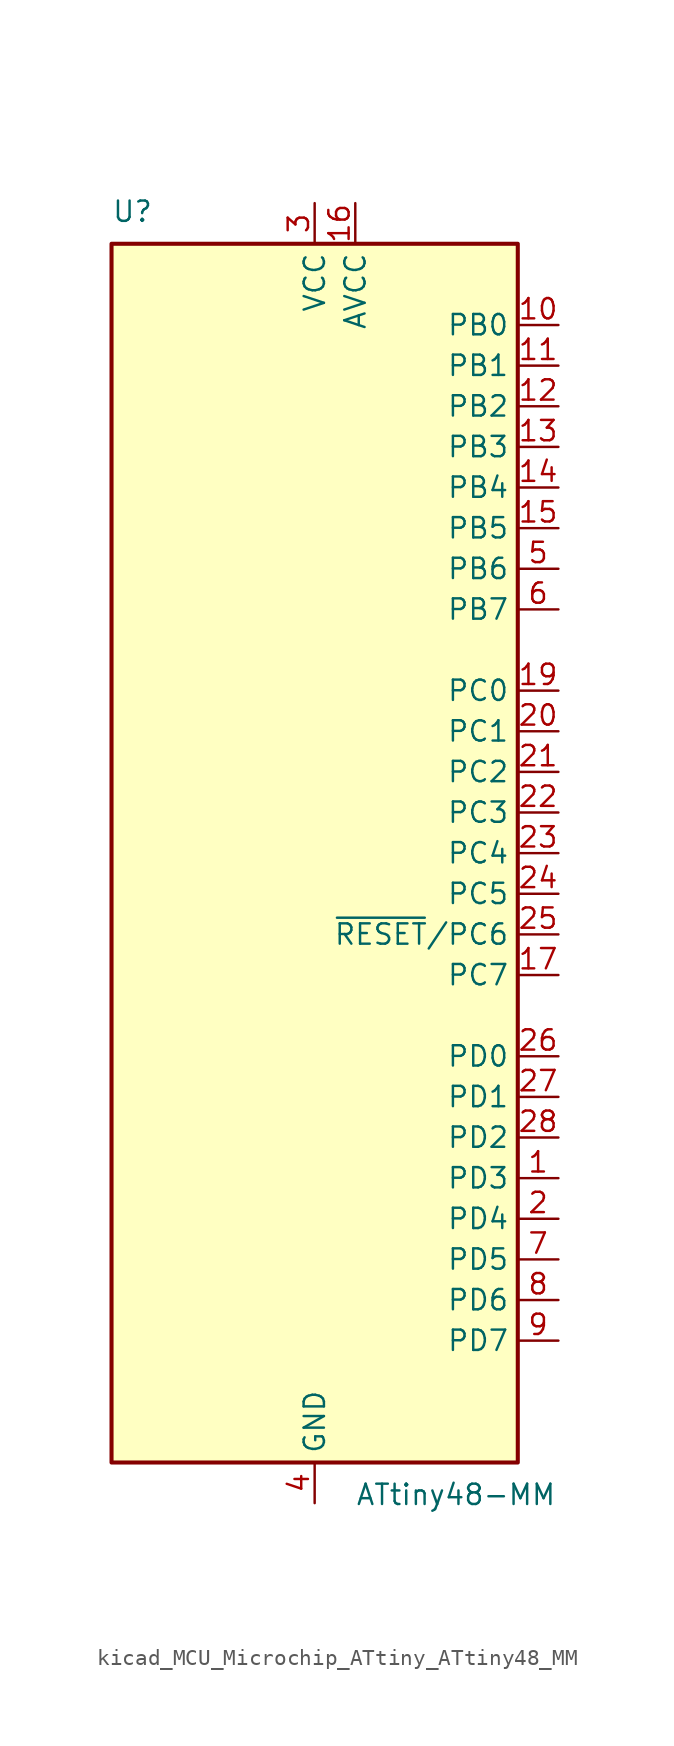
<source format=kicad_sym>
(kicad_symbol_lib
  (version 20220914)
  (generator kicad_symbol_editor)
  (symbol "kicad_MCU_Microchip_ATtiny_ATtiny48_MM"
    (property "Reference" "U"
      (at -12.7 39.37 0)
      (effects (font (size 1.27 1.27)) (justify left bottom)))
    (property "Value" "ATtiny48-MM"
      (at 2.54 -39.37 0)
      (effects (font (size 1.27 1.27)) (justify left top)))
    (symbol "kicad_MCU_Microchip_ATtiny_ATtiny48_MM_0_1"
      (rectangle (start -12.7 -38.1) (end 12.7 38.1) (stroke (width 0.254) (type default)) (fill (type background))))
    (symbol "kicad_MCU_Microchip_ATtiny_ATtiny48_MM_1_1"
      (pin bidirectional line (at 15.24 -20.32 180) (length 2.54) (name "PD3" (effects (font (size 1.27 1.27)))) (number "1" (effects (font (size 1.27 1.27)))))
      (pin bidirectional line (at 15.24 33.02 180) (length 2.54) (name "PB0" (effects (font (size 1.27 1.27)))) (number "10" (effects (font (size 1.27 1.27)))))
      (pin bidirectional line (at 15.24 30.48 180) (length 2.54) (name "PB1" (effects (font (size 1.27 1.27)))) (number "11" (effects (font (size 1.27 1.27)))))
      (pin bidirectional line (at 15.24 27.94 180) (length 2.54) (name "PB2" (effects (font (size 1.27 1.27)))) (number "12" (effects (font (size 1.27 1.27)))))
      (pin bidirectional line (at 15.24 25.4 180) (length 2.54) (name "PB3" (effects (font (size 1.27 1.27)))) (number "13" (effects (font (size 1.27 1.27)))))
      (pin bidirectional line (at 15.24 22.86 180) (length 2.54) (name "PB4" (effects (font (size 1.27 1.27)))) (number "14" (effects (font (size 1.27 1.27)))))
      (pin bidirectional line (at 15.24 20.32 180) (length 2.54) (name "PB5" (effects (font (size 1.27 1.27)))) (number "15" (effects (font (size 1.27 1.27)))))
      (pin power_in line (at 2.54 40.64 270) (length 2.54) (name "AVCC" (effects (font (size 1.27 1.27)))) (number "16" (effects (font (size 1.27 1.27)))))
      (pin bidirectional line (at 15.24 -7.62 180) (length 2.54) (name "PC7" (effects (font (size 1.27 1.27)))) (number "17" (effects (font (size 1.27 1.27)))))
      (pin passive line (at 0 -40.64 90) (length 2.54) hide (name "GND" (effects (font (size 1.27 1.27)))) (number "18" (effects (font (size 1.27 1.27)))))
      (pin bidirectional line (at 15.24 10.16 180) (length 2.54) (name "PC0" (effects (font (size 1.27 1.27)))) (number "19" (effects (font (size 1.27 1.27)))))
      (pin bidirectional line (at 15.24 -22.86 180) (length 2.54) (name "PD4" (effects (font (size 1.27 1.27)))) (number "2" (effects (font (size 1.27 1.27)))))
      (pin bidirectional line (at 15.24 7.62 180) (length 2.54) (name "PC1" (effects (font (size 1.27 1.27)))) (number "20" (effects (font (size 1.27 1.27)))))
      (pin bidirectional line (at 15.24 5.08 180) (length 2.54) (name "PC2" (effects (font (size 1.27 1.27)))) (number "21" (effects (font (size 1.27 1.27)))))
      (pin bidirectional line (at 15.24 2.54 180) (length 2.54) (name "PC3" (effects (font (size 1.27 1.27)))) (number "22" (effects (font (size 1.27 1.27)))))
      (pin bidirectional line (at 15.24 0 180) (length 2.54) (name "PC4" (effects (font (size 1.27 1.27)))) (number "23" (effects (font (size 1.27 1.27)))))
      (pin bidirectional line (at 15.24 -2.54 180) (length 2.54) (name "PC5" (effects (font (size 1.27 1.27)))) (number "24" (effects (font (size 1.27 1.27)))))
      (pin bidirectional line (at 15.24 -5.08 180) (length 2.54) (name "~{RESET}/PC6" (effects (font (size 1.27 1.27)))) (number "25" (effects (font (size 1.27 1.27)))))
      (pin bidirectional line (at 15.24 -12.7 180) (length 2.54) (name "PD0" (effects (font (size 1.27 1.27)))) (number "26" (effects (font (size 1.27 1.27)))))
      (pin bidirectional line (at 15.24 -15.24 180) (length 2.54) (name "PD1" (effects (font (size 1.27 1.27)))) (number "27" (effects (font (size 1.27 1.27)))))
      (pin bidirectional line (at 15.24 -17.78 180) (length 2.54) (name "PD2" (effects (font (size 1.27 1.27)))) (number "28" (effects (font (size 1.27 1.27)))))
      (pin passive line (at 0 -40.64 90) (length 2.54) hide (name "GND" (effects (font (size 1.27 1.27)))) (number "29" (effects (font (size 1.27 1.27)))))
      (pin power_in line (at 0 40.64 270) (length 2.54) (name "VCC" (effects (font (size 1.27 1.27)))) (number "3" (effects (font (size 1.27 1.27)))))
      (pin power_in line (at 0 -40.64 90) (length 2.54) (name "GND" (effects (font (size 1.27 1.27)))) (number "4" (effects (font (size 1.27 1.27)))))
      (pin bidirectional line (at 15.24 17.78 180) (length 2.54) (name "PB6" (effects (font (size 1.27 1.27)))) (number "5" (effects (font (size 1.27 1.27)))))
      (pin bidirectional line (at 15.24 15.24 180) (length 2.54) (name "PB7" (effects (font (size 1.27 1.27)))) (number "6" (effects (font (size 1.27 1.27)))))
      (pin bidirectional line (at 15.24 -25.4 180) (length 2.54) (name "PD5" (effects (font (size 1.27 1.27)))) (number "7" (effects (font (size 1.27 1.27)))))
      (pin bidirectional line (at 15.24 -27.94 180) (length 2.54) (name "PD6" (effects (font (size 1.27 1.27)))) (number "8" (effects (font (size 1.27 1.27)))))
      (pin bidirectional line (at 15.24 -30.48 180) (length 2.54) (name "PD7" (effects (font (size 1.27 1.27)))) (number "9" (effects (font (size 1.27 1.27))))))))
</source>
